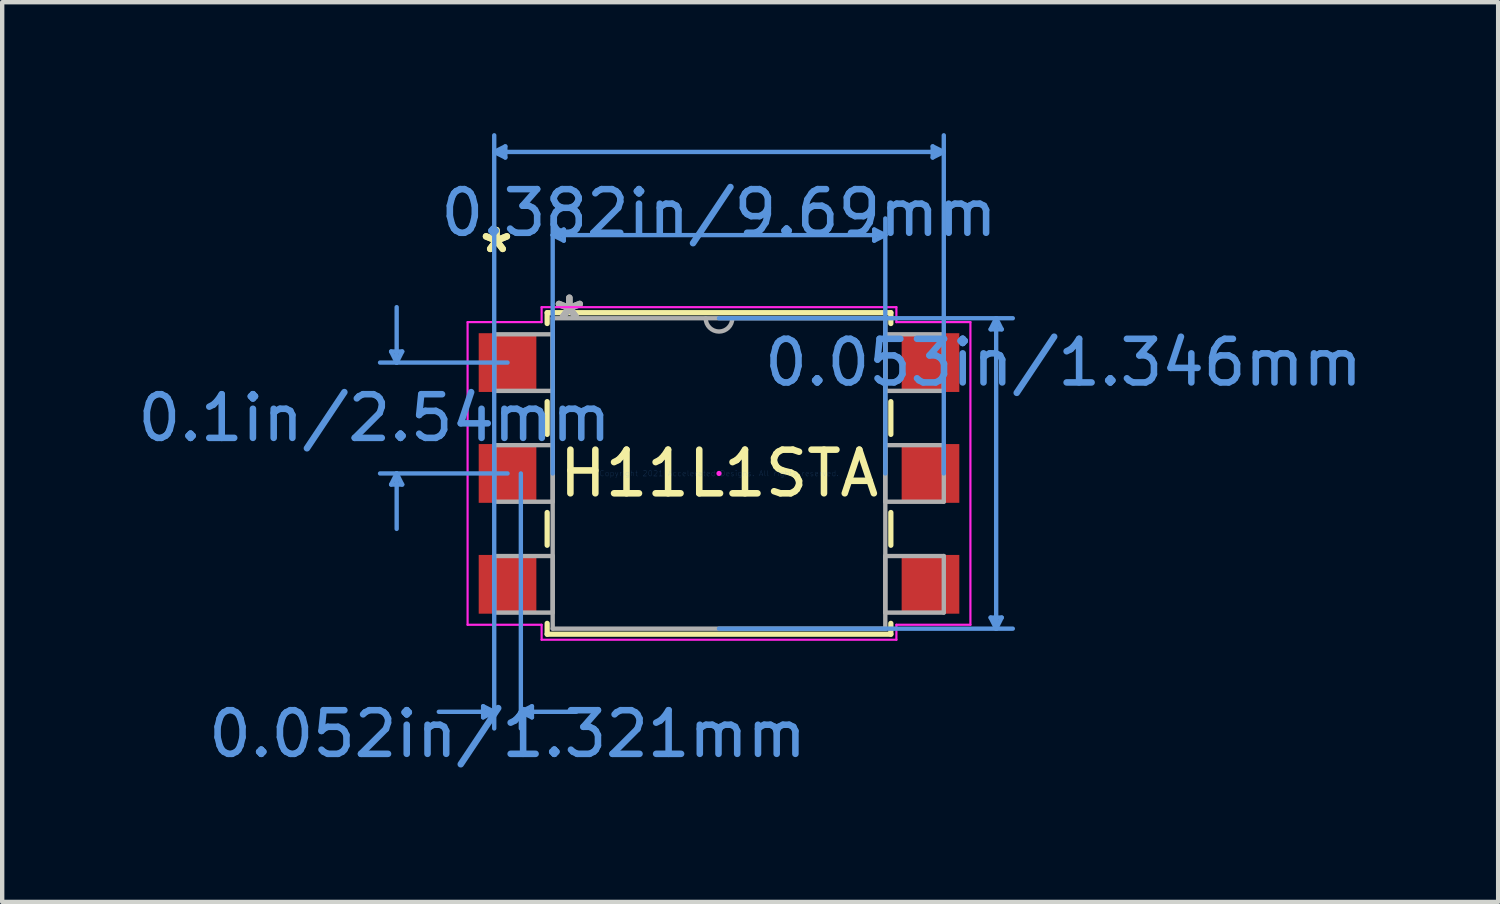
<source format=kicad_pcb>
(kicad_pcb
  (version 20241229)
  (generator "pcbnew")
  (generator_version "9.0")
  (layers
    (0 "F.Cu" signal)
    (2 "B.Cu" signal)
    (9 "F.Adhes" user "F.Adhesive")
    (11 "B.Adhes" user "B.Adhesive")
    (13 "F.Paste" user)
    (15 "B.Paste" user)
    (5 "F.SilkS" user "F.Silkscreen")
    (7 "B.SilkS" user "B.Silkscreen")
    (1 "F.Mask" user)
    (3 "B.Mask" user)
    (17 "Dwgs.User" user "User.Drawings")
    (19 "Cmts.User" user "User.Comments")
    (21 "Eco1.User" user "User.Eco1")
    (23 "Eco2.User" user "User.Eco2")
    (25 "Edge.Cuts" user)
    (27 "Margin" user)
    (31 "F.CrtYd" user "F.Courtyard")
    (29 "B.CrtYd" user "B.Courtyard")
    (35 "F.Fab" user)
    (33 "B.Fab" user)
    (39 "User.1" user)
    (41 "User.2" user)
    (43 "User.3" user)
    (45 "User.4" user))
  (footprint "H11L1STA"
    (layer "F.Cu")
    (at 13.423 7.797)
    (property "Reference" "H11L1STA" (at 0 0 0) (layer "F.SilkS") (effects (font (size 1 1) (thickness 0.15))))
    (attr through_hole)
    (fp_line (start -3.937 -3.683) (end -3.937 -3.435) (stroke (width 0.12) (type solid)) (layer "F.SilkS"))
    (fp_line (start -3.937 -1.645) (end -3.937 -0.895) (stroke (width 0.12) (type solid)) (layer "F.SilkS"))
    (fp_line (start -3.937 0.895) (end -3.937 1.645) (stroke (width 0.12) (type solid)) (layer "F.SilkS"))
    (fp_line (start -3.937 3.435) (end -3.937 3.683) (stroke (width 0.12) (type solid)) (layer "F.SilkS"))
    (fp_line (start -3.937 3.683) (end 3.937 3.683) (stroke (width 0.12) (type solid)) (layer "F.SilkS"))
    (fp_line (start 3.937 -3.683) (end -3.937 -3.683) (stroke (width 0.12) (type solid)) (layer "F.SilkS"))
    (fp_line (start 3.937 -3.435) (end 3.937 -3.683) (stroke (width 0.12) (type solid)) (layer "F.SilkS"))
    (fp_line (start 3.937 -0.895) (end 3.937 -1.645) (stroke (width 0.12) (type solid)) (layer "F.SilkS"))
    (fp_line (start 3.937 1.645) (end 3.937 0.895) (stroke (width 0.12) (type solid)) (layer "F.SilkS"))
    (fp_line (start 3.937 3.683) (end 3.937 3.435) (stroke (width 0.12) (type solid)) (layer "F.SilkS"))
    (fp_line (start -7.512 -2.794) (end -7.258 -2.794) (stroke (width 0.1) (type solid)) (layer "Cmts.User"))
    (fp_line (start -7.512 0.254) (end -7.258 0.254) (stroke (width 0.1) (type solid)) (layer "Cmts.User"))
    (fp_line (start -7.385 -2.54) (end -7.512 -2.794) (stroke (width 0.1) (type solid)) (layer "Cmts.User"))
    (fp_line (start -7.385 -2.54) (end -7.385 -3.81) (stroke (width 0.1) (type solid)) (layer "Cmts.User"))
    (fp_line (start -7.385 -2.54) (end -7.258 -2.794) (stroke (width 0.1) (type solid)) (layer "Cmts.User"))
    (fp_line (start -7.385 0) (end -7.512 0.254) (stroke (width 0.1) (type solid)) (layer "Cmts.User"))
    (fp_line (start -7.385 0) (end -7.385 1.27) (stroke (width 0.1) (type solid)) (layer "Cmts.User"))
    (fp_line (start -7.385 0) (end -7.258 0.254) (stroke (width 0.1) (type solid)) (layer "Cmts.User"))
    (fp_line (start -5.404 5.334) (end -5.404 5.588) (stroke (width 0.1) (type solid)) (layer "Cmts.User"))
    (fp_line (start -5.15 -7.366) (end -4.896 -7.493) (stroke (width 0.1) (type solid)) (layer "Cmts.User"))
    (fp_line (start -5.15 -7.366) (end -4.896 -7.239) (stroke (width 0.1) (type solid)) (layer "Cmts.User"))
    (fp_line (start -5.15 -7.366) (end 5.15 -7.366) (stroke (width 0.1) (type solid)) (layer "Cmts.User"))
    (fp_line (start -5.15 0) (end -5.15 -7.747) (stroke (width 0.1) (type solid)) (layer "Cmts.User"))
    (fp_line (start -5.15 0) (end -5.15 5.842) (stroke (width 0.1) (type solid)) (layer "Cmts.User"))
    (fp_line (start -5.15 5.461) (end -6.42 5.461) (stroke (width 0.1) (type solid)) (layer "Cmts.User"))
    (fp_line (start -5.15 5.461) (end -5.404 5.334) (stroke (width 0.1) (type solid)) (layer "Cmts.User"))
    (fp_line (start -5.15 5.461) (end -5.404 5.588) (stroke (width 0.1) (type solid)) (layer "Cmts.User"))
    (fp_line (start -4.896 -7.493) (end -4.896 -7.239) (stroke (width 0.1) (type solid)) (layer "Cmts.User"))
    (fp_line (start -4.845 -2.54) (end -7.766 -2.54) (stroke (width 0.1) (type solid)) (layer "Cmts.User"))
    (fp_line (start -4.845 0) (end -7.766 0) (stroke (width 0.1) (type solid)) (layer "Cmts.User"))
    (fp_line (start -4.54 0) (end -4.54 5.842) (stroke (width 0.1) (type solid)) (layer "Cmts.User"))
    (fp_line (start -4.54 5.461) (end -4.286 5.334) (stroke (width 0.1) (type solid)) (layer "Cmts.User"))
    (fp_line (start -4.54 5.461) (end -4.286 5.588) (stroke (width 0.1) (type solid)) (layer "Cmts.User"))
    (fp_line (start -4.54 5.461) (end -3.27 5.461) (stroke (width 0.1) (type solid)) (layer "Cmts.User"))
    (fp_line (start -4.286 5.334) (end -4.286 5.588) (stroke (width 0.1) (type solid)) (layer "Cmts.User"))
    (fp_line (start -3.81 -5.461) (end -3.556 -5.588) (stroke (width 0.1) (type solid)) (layer "Cmts.User"))
    (fp_line (start -3.81 -5.461) (end -3.556 -5.334) (stroke (width 0.1) (type solid)) (layer "Cmts.User"))
    (fp_line (start -3.81 -5.461) (end 3.81 -5.461) (stroke (width 0.1) (type solid)) (layer "Cmts.User"))
    (fp_line (start -3.81 0) (end -3.81 -5.842) (stroke (width 0.1) (type solid)) (layer "Cmts.User"))
    (fp_line (start -3.556 -5.588) (end -3.556 -5.334) (stroke (width 0.1) (type solid)) (layer "Cmts.User"))
    (fp_line (start 0 -3.556) (end 6.731 -3.556) (stroke (width 0.1) (type solid)) (layer "Cmts.User"))
    (fp_line (start 0 3.556) (end 6.731 3.556) (stroke (width 0.1) (type solid)) (layer "Cmts.User"))
    (fp_line (start 3.556 -5.588) (end 3.556 -5.334) (stroke (width 0.1) (type solid)) (layer "Cmts.User"))
    (fp_line (start 3.81 -5.461) (end 3.556 -5.588) (stroke (width 0.1) (type solid)) (layer "Cmts.User"))
    (fp_line (start 3.81 -5.461) (end 3.556 -5.334) (stroke (width 0.1) (type solid)) (layer "Cmts.User"))
    (fp_line (start 3.81 0) (end 3.81 -5.842) (stroke (width 0.1) (type solid)) (layer "Cmts.User"))
    (fp_line (start 4.896 -7.493) (end 4.896 -7.239) (stroke (width 0.1) (type solid)) (layer "Cmts.User"))
    (fp_line (start 5.15 -7.366) (end 4.896 -7.493) (stroke (width 0.1) (type solid)) (layer "Cmts.User"))
    (fp_line (start 5.15 -7.366) (end 4.896 -7.239) (stroke (width 0.1) (type solid)) (layer "Cmts.User"))
    (fp_line (start 5.15 0) (end 5.15 -7.747) (stroke (width 0.1) (type solid)) (layer "Cmts.User"))
    (fp_line (start 6.223 -3.302) (end 6.477 -3.302) (stroke (width 0.1) (type solid)) (layer "Cmts.User"))
    (fp_line (start 6.223 3.302) (end 6.477 3.302) (stroke (width 0.1) (type solid)) (layer "Cmts.User"))
    (fp_line (start 6.35 -3.556) (end 6.223 -3.302) (stroke (width 0.1) (type solid)) (layer "Cmts.User"))
    (fp_line (start 6.35 -3.556) (end 6.35 3.556) (stroke (width 0.1) (type solid)) (layer "Cmts.User"))
    (fp_line (start 6.35 -3.556) (end 6.477 -3.302) (stroke (width 0.1) (type solid)) (layer "Cmts.User"))
    (fp_line (start 6.35 3.556) (end 6.223 3.302) (stroke (width 0.1) (type solid)) (layer "Cmts.User"))
    (fp_line (start 6.35 3.556) (end 6.477 3.302) (stroke (width 0.1) (type solid)) (layer "Cmts.User"))
    (fp_line (start -5.76 -3.467) (end -4.064 -3.467) (stroke (width 0.05) (type solid)) (layer "F.CrtYd"))
    (fp_line (start -5.76 3.467) (end -5.76 -3.467) (stroke (width 0.05) (type solid)) (layer "F.CrtYd"))
    (fp_line (start -5.76 3.467) (end -4.064 3.467) (stroke (width 0.05) (type solid)) (layer "F.CrtYd"))
    (fp_line (start -4.064 -3.81) (end -4.064 -3.467) (stroke (width 0.05) (type solid)) (layer "F.CrtYd"))
    (fp_line (start -4.064 -3.81) (end 4.064 -3.81) (stroke (width 0.05) (type solid)) (layer "F.CrtYd"))
    (fp_line (start -4.064 3.81) (end -4.064 3.467) (stroke (width 0.05) (type solid)) (layer "F.CrtYd"))
    (fp_line (start 0 0) (end 0 0) (stroke (width 0.12) (type solid)) (layer "F.CrtYd"))
    (fp_line (start 4.064 -3.81) (end 4.064 -3.467) (stroke (width 0.05) (type solid)) (layer "F.CrtYd"))
    (fp_line (start 4.064 3.467) (end 4.064 3.81) (stroke (width 0.05) (type solid)) (layer "F.CrtYd"))
    (fp_line (start 4.064 3.81) (end -4.064 3.81) (stroke (width 0.05) (type solid)) (layer "F.CrtYd"))
    (fp_line (start 5.76 -3.467) (end 4.064 -3.467) (stroke (width 0.05) (type solid)) (layer "F.CrtYd"))
    (fp_line (start 5.76 -3.467) (end 5.76 3.467) (stroke (width 0.05) (type solid)) (layer "F.CrtYd"))
    (fp_line (start 5.76 3.467) (end 4.064 3.467) (stroke (width 0.05) (type solid)) (layer "F.CrtYd"))
    (fp_line (start -5.15 -3.188) (end -5.15 -1.892) (stroke (width 0.1) (type solid)) (layer "F.Fab"))
    (fp_line (start -5.15 -1.892) (end -3.81 -1.892) (stroke (width 0.1) (type solid)) (layer "F.Fab"))
    (fp_line (start -5.15 -0.648) (end -5.15 0.648) (stroke (width 0.1) (type solid)) (layer "F.Fab"))
    (fp_line (start -5.15 0.648) (end -3.81 0.648) (stroke (width 0.1) (type solid)) (layer "F.Fab"))
    (fp_line (start -5.15 1.892) (end -5.15 3.188) (stroke (width 0.1) (type solid)) (layer "F.Fab"))
    (fp_line (start -5.15 3.188) (end -3.81 3.188) (stroke (width 0.1) (type solid)) (layer "F.Fab"))
    (fp_line (start -3.81 -3.556) (end -3.81 3.556) (stroke (width 0.1) (type solid)) (layer "F.Fab"))
    (fp_line (start -3.81 -3.188) (end -5.15 -3.188) (stroke (width 0.1) (type solid)) (layer "F.Fab"))
    (fp_line (start -3.81 -1.892) (end -3.81 -3.188) (stroke (width 0.1) (type solid)) (layer "F.Fab"))
    (fp_line (start -3.81 -0.648) (end -5.15 -0.648) (stroke (width 0.1) (type solid)) (layer "F.Fab"))
    (fp_line (start -3.81 0.648) (end -3.81 -0.648) (stroke (width 0.1) (type solid)) (layer "F.Fab"))
    (fp_line (start -3.81 1.892) (end -5.15 1.892) (stroke (width 0.1) (type solid)) (layer "F.Fab"))
    (fp_line (start -3.81 3.188) (end -3.81 1.892) (stroke (width 0.1) (type solid)) (layer "F.Fab"))
    (fp_line (start -3.81 3.556) (end 3.81 3.556) (stroke (width 0.1) (type solid)) (layer "F.Fab"))
    (fp_line (start 3.81 -3.556) (end -3.81 -3.556) (stroke (width 0.1) (type solid)) (layer "F.Fab"))
    (fp_line (start 3.81 -3.188) (end 3.81 -1.892) (stroke (width 0.1) (type solid)) (layer "F.Fab"))
    (fp_line (start 3.81 -1.892) (end 5.15 -1.892) (stroke (width 0.1) (type solid)) (layer "F.Fab"))
    (fp_line (start 3.81 -0.648) (end 3.81 0.648) (stroke (width 0.1) (type solid)) (layer "F.Fab"))
    (fp_line (start 3.81 0.648) (end 5.15 0.648) (stroke (width 0.1) (type solid)) (layer "F.Fab"))
    (fp_line (start 3.81 1.892) (end 3.81 3.188) (stroke (width 0.1) (type solid)) (layer "F.Fab"))
    (fp_line (start 3.81 3.188) (end 5.15 3.188) (stroke (width 0.1) (type solid)) (layer "F.Fab"))
    (fp_line (start 3.81 3.556) (end 3.81 -3.556) (stroke (width 0.1) (type solid)) (layer "F.Fab"))
    (fp_line (start 5.15 -3.188) (end 3.81 -3.188) (stroke (width 0.1) (type solid)) (layer "F.Fab"))
    (fp_line (start 5.15 -1.892) (end 5.15 -3.188) (stroke (width 0.1) (type solid)) (layer "F.Fab"))
    (fp_line (start 5.15 -0.648) (end 3.81 -0.648) (stroke (width 0.1) (type solid)) (layer "F.Fab"))
    (fp_line (start 5.15 0.648) (end 5.15 -0.648) (stroke (width 0.1) (type solid)) (layer "F.Fab"))
    (fp_line (start 5.15 1.892) (end 3.81 1.892) (stroke (width 0.1) (type solid)) (layer "F.Fab"))
    (fp_line (start 5.15 3.188) (end 5.15 1.892) (stroke (width 0.1) (type solid)) (layer "F.Fab"))
    (fp_arc (start 0.3048 -3.556) (mid 0 -3.2512) (end -0.3048 -3.556) (stroke (width 0.1) (type solid)) (layer "F.Fab"))
    (fp_text user "*" (at -5.099 -5.029 0) (layer "F.SilkS") (effects (font (size 1 1) (thickness 0.15))))
    (fp_text user "*" (at -5.099 -5.029 0) (layer "F.SilkS") (effects (font (size 1 1) (thickness 0.15))))
    (fp_text user "0.382in/9.69mm" (at 0 -5.969 0) (layer "Cmts.User") (effects (font (size 1 1) (thickness 0.15))))
    (fp_text user "0.1in/2.54mm" (at -7.893 -1.27 0) (layer "Cmts.User") (effects (font (size 1 1) (thickness 0.15))))
    (fp_text user "0.053in/1.346mm" (at 7.893 -2.54 0) (layer "Cmts.User") (effects (font (size 1 1) (thickness 0.15))))
    (fp_text user "0.052in/1.321mm" (at -4.845 5.969 0) (layer "Cmts.User") (effects (font (size 1 1) (thickness 0.15))))
    (fp_text user "Copyright 2021 Accelerated Designs. All rights reserved." (at 0 0 0) (layer "Cmts.User") (effects (font (size 0.127 0.127) (thickness 0.002))))
    (fp_text user "*" (at -3.429 -3.48 0) (layer "F.Fab") (effects (font (size 1 1) (thickness 0.15))))
    (fp_text user "*" (at -3.429 -3.48 0) (layer "F.Fab") (effects (font (size 1 1) (thickness 0.15))))
    (pad "1" smd rect (at -4.845 -2.54) (size 1.321 1.346) (layers "F.Cu" "F.Mask" "F.Paste"))
    (pad "2" smd rect (at -4.845 0) (size 1.321 1.346) (layers "F.Cu" "F.Mask" "F.Paste"))
    (pad "3" smd rect (at -4.845 2.54) (size 1.321 1.346) (layers "F.Cu" "F.Mask" "F.Paste"))
    (pad "4" smd rect (at 4.845 2.54) (size 1.321 1.346) (layers "F.Cu" "F.Mask" "F.Paste"))
    (pad "5" smd rect (at 4.845 0) (size 1.321 1.346) (layers "F.Cu" "F.Mask" "F.Paste"))
    (pad "6" smd rect (at 4.845 -2.54) (size 1.321 1.346) (layers "F.Cu" "F.Mask" "F.Paste")))
  (gr_rect
    (start -3 -3)
    (end 31.274 17.614)
    (stroke (width 0.1) (type default))
    (fill no)
    (layer "Edge.Cuts")))
</source>
